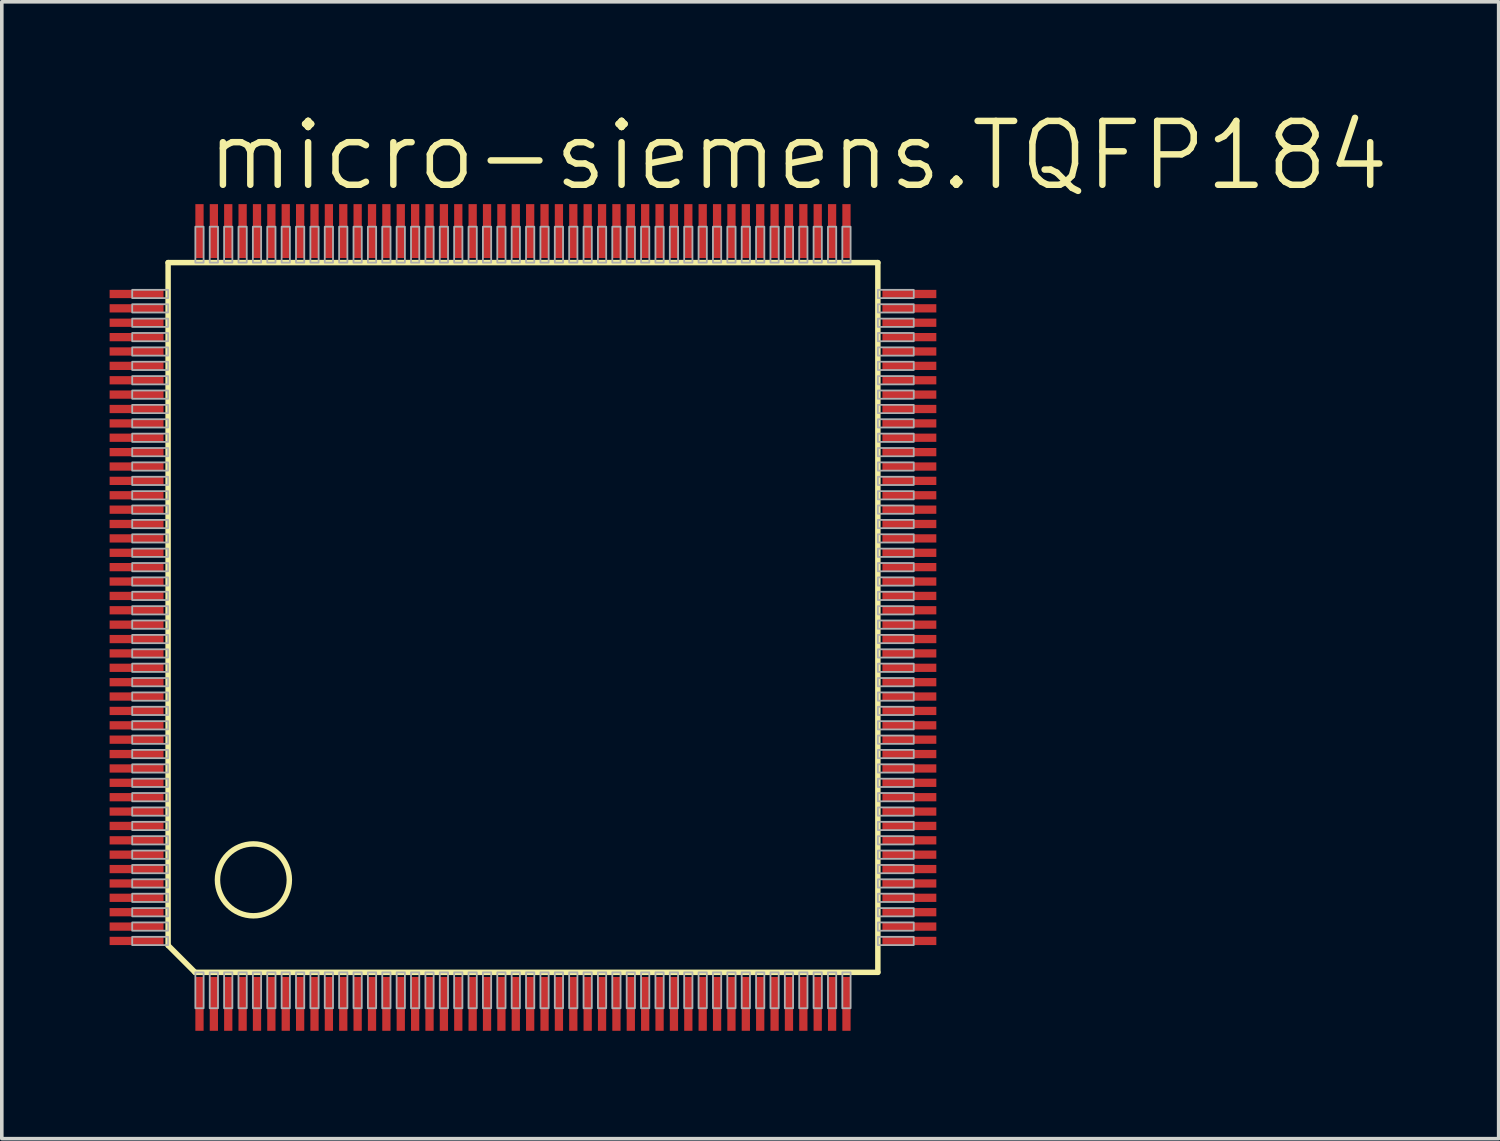
<source format=kicad_pcb>
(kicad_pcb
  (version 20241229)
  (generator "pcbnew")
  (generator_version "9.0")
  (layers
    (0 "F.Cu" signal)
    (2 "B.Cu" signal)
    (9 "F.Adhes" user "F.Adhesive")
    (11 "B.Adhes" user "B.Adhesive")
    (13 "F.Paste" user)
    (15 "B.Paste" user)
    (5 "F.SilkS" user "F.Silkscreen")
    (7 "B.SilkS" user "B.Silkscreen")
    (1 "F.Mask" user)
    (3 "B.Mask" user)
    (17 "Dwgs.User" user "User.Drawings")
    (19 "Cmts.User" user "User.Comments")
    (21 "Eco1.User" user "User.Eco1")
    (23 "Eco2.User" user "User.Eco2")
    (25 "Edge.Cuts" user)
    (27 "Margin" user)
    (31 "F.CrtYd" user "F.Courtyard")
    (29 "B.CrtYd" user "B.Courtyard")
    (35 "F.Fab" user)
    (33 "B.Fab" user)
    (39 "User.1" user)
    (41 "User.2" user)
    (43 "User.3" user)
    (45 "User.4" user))
  (footprint "micro-siemens.TQFP184"
    (layer "F.Cu")
    (at 11.5 14.129)
    (property "Reference" "micro-siemens.TQFP184" (at -8.89 -11.811 0) (layer "F.SilkS") (effects (font (size 1.778 1.778) (thickness 0.18)) (justify left bottom)))
    (attr smd)
    (fp_line (start -9.873 -9.873) (end 9.873 -9.873) (stroke (width 0.152) (type default)) (layer "F.SilkS"))
    (fp_line (start -9.873 9.123) (end -9.873 -9.873) (stroke (width 0.152) (type default)) (layer "F.SilkS"))
    (fp_line (start -9.123 9.873) (end -9.873 9.123) (stroke (width 0.152) (type default)) (layer "F.SilkS"))
    (fp_line (start 9.873 -9.873) (end 9.873 9.873) (stroke (width 0.152) (type default)) (layer "F.SilkS"))
    (fp_line (start 9.873 9.873) (end -9.123 9.873) (stroke (width 0.152) (type default)) (layer "F.SilkS"))
    (fp_circle (center -7.5 7.3) (end -6.5 7.3) (stroke (width 0.152) (type default)) (fill no) (layer "F.SilkS"))
    (fp_rect (start -10.872 -8.885) (end -9.873 -9.115) (stroke (width 0.05) (type default)) (fill no) (layer "F.Fab"))
    (fp_rect (start -10.872 -8.485) (end -9.873 -8.715) (stroke (width 0.05) (type default)) (fill no) (layer "F.Fab"))
    (fp_rect (start -10.872 -8.085) (end -9.873 -8.315) (stroke (width 0.05) (type default)) (fill no) (layer "F.Fab"))
    (fp_rect (start -10.872 -7.685) (end -9.873 -7.915) (stroke (width 0.05) (type default)) (fill no) (layer "F.Fab"))
    (fp_rect (start -10.872 -7.285) (end -9.873 -7.515) (stroke (width 0.05) (type default)) (fill no) (layer "F.Fab"))
    (fp_rect (start -10.872 -6.885) (end -9.873 -7.115) (stroke (width 0.05) (type default)) (fill no) (layer "F.Fab"))
    (fp_rect (start -10.872 -6.485) (end -9.873 -6.715) (stroke (width 0.05) (type default)) (fill no) (layer "F.Fab"))
    (fp_rect (start -10.872 -6.085) (end -9.873 -6.315) (stroke (width 0.05) (type default)) (fill no) (layer "F.Fab"))
    (fp_rect (start -10.872 -5.685) (end -9.873 -5.915) (stroke (width 0.05) (type default)) (fill no) (layer "F.Fab"))
    (fp_rect (start -10.872 -5.285) (end -9.873 -5.515) (stroke (width 0.05) (type default)) (fill no) (layer "F.Fab"))
    (fp_rect (start -10.872 -4.885) (end -9.873 -5.115) (stroke (width 0.05) (type default)) (fill no) (layer "F.Fab"))
    (fp_rect (start -10.872 -4.485) (end -9.873 -4.715) (stroke (width 0.05) (type default)) (fill no) (layer "F.Fab"))
    (fp_rect (start -10.872 -4.085) (end -9.873 -4.315) (stroke (width 0.05) (type default)) (fill no) (layer "F.Fab"))
    (fp_rect (start -10.872 -3.685) (end -9.873 -3.915) (stroke (width 0.05) (type default)) (fill no) (layer "F.Fab"))
    (fp_rect (start -10.872 -3.285) (end -9.873 -3.515) (stroke (width 0.05) (type default)) (fill no) (layer "F.Fab"))
    (fp_rect (start -10.872 -2.885) (end -9.873 -3.115) (stroke (width 0.05) (type default)) (fill no) (layer "F.Fab"))
    (fp_rect (start -10.872 -2.485) (end -9.873 -2.715) (stroke (width 0.05) (type default)) (fill no) (layer "F.Fab"))
    (fp_rect (start -10.872 -2.085) (end -9.873 -2.315) (stroke (width 0.05) (type default)) (fill no) (layer "F.Fab"))
    (fp_rect (start -10.872 -1.685) (end -9.873 -1.915) (stroke (width 0.05) (type default)) (fill no) (layer "F.Fab"))
    (fp_rect (start -10.872 -1.285) (end -9.873 -1.515) (stroke (width 0.05) (type default)) (fill no) (layer "F.Fab"))
    (fp_rect (start -10.872 -0.885) (end -9.873 -1.115) (stroke (width 0.05) (type default)) (fill no) (layer "F.Fab"))
    (fp_rect (start -10.872 -0.485) (end -9.873 -0.715) (stroke (width 0.05) (type default)) (fill no) (layer "F.Fab"))
    (fp_rect (start -10.872 -0.085) (end -9.873 -0.315) (stroke (width 0.05) (type default)) (fill no) (layer "F.Fab"))
    (fp_rect (start -10.872 0.315) (end -9.873 0.085) (stroke (width 0.05) (type default)) (fill no) (layer "F.Fab"))
    (fp_rect (start -10.872 0.715) (end -9.873 0.485) (stroke (width 0.05) (type default)) (fill no) (layer "F.Fab"))
    (fp_rect (start -10.872 1.115) (end -9.873 0.885) (stroke (width 0.05) (type default)) (fill no) (layer "F.Fab"))
    (fp_rect (start -10.872 1.515) (end -9.873 1.285) (stroke (width 0.05) (type default)) (fill no) (layer "F.Fab"))
    (fp_rect (start -10.872 1.915) (end -9.873 1.685) (stroke (width 0.05) (type default)) (fill no) (layer "F.Fab"))
    (fp_rect (start -10.872 2.315) (end -9.873 2.085) (stroke (width 0.05) (type default)) (fill no) (layer "F.Fab"))
    (fp_rect (start -10.872 2.715) (end -9.873 2.485) (stroke (width 0.05) (type default)) (fill no) (layer "F.Fab"))
    (fp_rect (start -10.872 3.115) (end -9.873 2.885) (stroke (width 0.05) (type default)) (fill no) (layer "F.Fab"))
    (fp_rect (start -10.872 3.515) (end -9.873 3.285) (stroke (width 0.05) (type default)) (fill no) (layer "F.Fab"))
    (fp_rect (start -10.872 3.915) (end -9.873 3.685) (stroke (width 0.05) (type default)) (fill no) (layer "F.Fab"))
    (fp_rect (start -10.872 4.315) (end -9.873 4.085) (stroke (width 0.05) (type default)) (fill no) (layer "F.Fab"))
    (fp_rect (start -10.872 4.715) (end -9.873 4.485) (stroke (width 0.05) (type default)) (fill no) (layer "F.Fab"))
    (fp_rect (start -10.872 5.115) (end -9.873 4.885) (stroke (width 0.05) (type default)) (fill no) (layer "F.Fab"))
    (fp_rect (start -10.872 5.515) (end -9.873 5.285) (stroke (width 0.05) (type default)) (fill no) (layer "F.Fab"))
    (fp_rect (start -10.872 5.915) (end -9.873 5.685) (stroke (width 0.05) (type default)) (fill no) (layer "F.Fab"))
    (fp_rect (start -10.872 6.315) (end -9.873 6.085) (stroke (width 0.05) (type default)) (fill no) (layer "F.Fab"))
    (fp_rect (start -10.872 6.715) (end -9.873 6.485) (stroke (width 0.05) (type default)) (fill no) (layer "F.Fab"))
    (fp_rect (start -10.872 7.115) (end -9.873 6.885) (stroke (width 0.05) (type default)) (fill no) (layer "F.Fab"))
    (fp_rect (start -10.872 7.515) (end -9.873 7.285) (stroke (width 0.05) (type default)) (fill no) (layer "F.Fab"))
    (fp_rect (start -10.872 7.915) (end -9.873 7.685) (stroke (width 0.05) (type default)) (fill no) (layer "F.Fab"))
    (fp_rect (start -10.872 8.315) (end -9.873 8.085) (stroke (width 0.05) (type default)) (fill no) (layer "F.Fab"))
    (fp_rect (start -10.872 8.715) (end -9.873 8.485) (stroke (width 0.05) (type default)) (fill no) (layer "F.Fab"))
    (fp_rect (start -10.872 9.115) (end -9.873 8.885) (stroke (width 0.05) (type default)) (fill no) (layer "F.Fab"))
    (fp_rect (start -9.115 -9.873) (end -8.885 -10.872) (stroke (width 0.05) (type default)) (fill no) (layer "F.Fab"))
    (fp_rect (start -9.115 10.872) (end -8.885 9.873) (stroke (width 0.05) (type default)) (fill no) (layer "F.Fab"))
    (fp_rect (start -8.715 -9.873) (end -8.485 -10.872) (stroke (width 0.05) (type default)) (fill no) (layer "F.Fab"))
    (fp_rect (start -8.715 10.872) (end -8.485 9.873) (stroke (width 0.05) (type default)) (fill no) (layer "F.Fab"))
    (fp_rect (start -8.315 -9.873) (end -8.085 -10.872) (stroke (width 0.05) (type default)) (fill no) (layer "F.Fab"))
    (fp_rect (start -8.315 10.872) (end -8.085 9.873) (stroke (width 0.05) (type default)) (fill no) (layer "F.Fab"))
    (fp_rect (start -7.915 -9.873) (end -7.685 -10.872) (stroke (width 0.05) (type default)) (fill no) (layer "F.Fab"))
    (fp_rect (start -7.915 10.872) (end -7.685 9.873) (stroke (width 0.05) (type default)) (fill no) (layer "F.Fab"))
    (fp_rect (start -7.515 -9.873) (end -7.285 -10.872) (stroke (width 0.05) (type default)) (fill no) (layer "F.Fab"))
    (fp_rect (start -7.515 10.872) (end -7.285 9.873) (stroke (width 0.05) (type default)) (fill no) (layer "F.Fab"))
    (fp_rect (start -7.115 -9.873) (end -6.885 -10.872) (stroke (width 0.05) (type default)) (fill no) (layer "F.Fab"))
    (fp_rect (start -7.115 10.872) (end -6.885 9.873) (stroke (width 0.05) (type default)) (fill no) (layer "F.Fab"))
    (fp_rect (start -6.715 -9.873) (end -6.485 -10.872) (stroke (width 0.05) (type default)) (fill no) (layer "F.Fab"))
    (fp_rect (start -6.715 10.872) (end -6.485 9.873) (stroke (width 0.05) (type default)) (fill no) (layer "F.Fab"))
    (fp_rect (start -6.315 -9.873) (end -6.085 -10.872) (stroke (width 0.05) (type default)) (fill no) (layer "F.Fab"))
    (fp_rect (start -6.315 10.872) (end -6.085 9.873) (stroke (width 0.05) (type default)) (fill no) (layer "F.Fab"))
    (fp_rect (start -5.915 -9.873) (end -5.685 -10.872) (stroke (width 0.05) (type default)) (fill no) (layer "F.Fab"))
    (fp_rect (start -5.915 10.872) (end -5.685 9.873) (stroke (width 0.05) (type default)) (fill no) (layer "F.Fab"))
    (fp_rect (start -5.515 -9.873) (end -5.285 -10.872) (stroke (width 0.05) (type default)) (fill no) (layer "F.Fab"))
    (fp_rect (start -5.515 10.872) (end -5.285 9.873) (stroke (width 0.05) (type default)) (fill no) (layer "F.Fab"))
    (fp_rect (start -5.115 -9.873) (end -4.885 -10.872) (stroke (width 0.05) (type default)) (fill no) (layer "F.Fab"))
    (fp_rect (start -5.115 10.872) (end -4.885 9.873) (stroke (width 0.05) (type default)) (fill no) (layer "F.Fab"))
    (fp_rect (start -4.715 -9.873) (end -4.485 -10.872) (stroke (width 0.05) (type default)) (fill no) (layer "F.Fab"))
    (fp_rect (start -4.715 10.872) (end -4.485 9.873) (stroke (width 0.05) (type default)) (fill no) (layer "F.Fab"))
    (fp_rect (start -4.315 -9.873) (end -4.085 -10.872) (stroke (width 0.05) (type default)) (fill no) (layer "F.Fab"))
    (fp_rect (start -4.315 10.872) (end -4.085 9.873) (stroke (width 0.05) (type default)) (fill no) (layer "F.Fab"))
    (fp_rect (start -3.915 -9.873) (end -3.685 -10.872) (stroke (width 0.05) (type default)) (fill no) (layer "F.Fab"))
    (fp_rect (start -3.915 10.872) (end -3.685 9.873) (stroke (width 0.05) (type default)) (fill no) (layer "F.Fab"))
    (fp_rect (start -3.515 -9.873) (end -3.285 -10.872) (stroke (width 0.05) (type default)) (fill no) (layer "F.Fab"))
    (fp_rect (start -3.515 10.872) (end -3.285 9.873) (stroke (width 0.05) (type default)) (fill no) (layer "F.Fab"))
    (fp_rect (start -3.115 -9.873) (end -2.885 -10.872) (stroke (width 0.05) (type default)) (fill no) (layer "F.Fab"))
    (fp_rect (start -3.115 10.872) (end -2.885 9.873) (stroke (width 0.05) (type default)) (fill no) (layer "F.Fab"))
    (fp_rect (start -2.715 -9.873) (end -2.485 -10.872) (stroke (width 0.05) (type default)) (fill no) (layer "F.Fab"))
    (fp_rect (start -2.715 10.872) (end -2.485 9.873) (stroke (width 0.05) (type default)) (fill no) (layer "F.Fab"))
    (fp_rect (start -2.315 -9.873) (end -2.085 -10.872) (stroke (width 0.05) (type default)) (fill no) (layer "F.Fab"))
    (fp_rect (start -2.315 10.872) (end -2.085 9.873) (stroke (width 0.05) (type default)) (fill no) (layer "F.Fab"))
    (fp_rect (start -1.915 -9.873) (end -1.685 -10.872) (stroke (width 0.05) (type default)) (fill no) (layer "F.Fab"))
    (fp_rect (start -1.915 10.872) (end -1.685 9.873) (stroke (width 0.05) (type default)) (fill no) (layer "F.Fab"))
    (fp_rect (start -1.515 -9.873) (end -1.285 -10.872) (stroke (width 0.05) (type default)) (fill no) (layer "F.Fab"))
    (fp_rect (start -1.515 10.872) (end -1.285 9.873) (stroke (width 0.05) (type default)) (fill no) (layer "F.Fab"))
    (fp_rect (start -1.115 -9.873) (end -0.885 -10.872) (stroke (width 0.05) (type default)) (fill no) (layer "F.Fab"))
    (fp_rect (start -1.115 10.872) (end -0.885 9.873) (stroke (width 0.05) (type default)) (fill no) (layer "F.Fab"))
    (fp_rect (start -0.715 -9.873) (end -0.485 -10.872) (stroke (width 0.05) (type default)) (fill no) (layer "F.Fab"))
    (fp_rect (start -0.715 10.872) (end -0.485 9.873) (stroke (width 0.05) (type default)) (fill no) (layer "F.Fab"))
    (fp_rect (start -0.315 -9.873) (end -0.085 -10.872) (stroke (width 0.05) (type default)) (fill no) (layer "F.Fab"))
    (fp_rect (start -0.315 10.872) (end -0.085 9.873) (stroke (width 0.05) (type default)) (fill no) (layer "F.Fab"))
    (fp_rect (start 0.085 -9.873) (end 0.315 -10.872) (stroke (width 0.05) (type default)) (fill no) (layer "F.Fab"))
    (fp_rect (start 0.085 10.872) (end 0.315 9.873) (stroke (width 0.05) (type default)) (fill no) (layer "F.Fab"))
    (fp_rect (start 0.485 -9.873) (end 0.715 -10.872) (stroke (width 0.05) (type default)) (fill no) (layer "F.Fab"))
    (fp_rect (start 0.485 10.872) (end 0.715 9.873) (stroke (width 0.05) (type default)) (fill no) (layer "F.Fab"))
    (fp_rect (start 0.885 -9.873) (end 1.115 -10.872) (stroke (width 0.05) (type default)) (fill no) (layer "F.Fab"))
    (fp_rect (start 0.885 10.872) (end 1.115 9.873) (stroke (width 0.05) (type default)) (fill no) (layer "F.Fab"))
    (fp_rect (start 1.285 -9.873) (end 1.515 -10.872) (stroke (width 0.05) (type default)) (fill no) (layer "F.Fab"))
    (fp_rect (start 1.285 10.872) (end 1.515 9.873) (stroke (width 0.05) (type default)) (fill no) (layer "F.Fab"))
    (fp_rect (start 1.685 -9.873) (end 1.915 -10.872) (stroke (width 0.05) (type default)) (fill no) (layer "F.Fab"))
    (fp_rect (start 1.685 10.872) (end 1.915 9.873) (stroke (width 0.05) (type default)) (fill no) (layer "F.Fab"))
    (fp_rect (start 2.085 -9.873) (end 2.315 -10.872) (stroke (width 0.05) (type default)) (fill no) (layer "F.Fab"))
    (fp_rect (start 2.085 10.872) (end 2.315 9.873) (stroke (width 0.05) (type default)) (fill no) (layer "F.Fab"))
    (fp_rect (start 2.485 -9.873) (end 2.715 -10.872) (stroke (width 0.05) (type default)) (fill no) (layer "F.Fab"))
    (fp_rect (start 2.485 10.872) (end 2.715 9.873) (stroke (width 0.05) (type default)) (fill no) (layer "F.Fab"))
    (fp_rect (start 2.885 -9.873) (end 3.115 -10.872) (stroke (width 0.05) (type default)) (fill no) (layer "F.Fab"))
    (fp_rect (start 2.885 10.872) (end 3.115 9.873) (stroke (width 0.05) (type default)) (fill no) (layer "F.Fab"))
    (fp_rect (start 3.285 -9.873) (end 3.515 -10.872) (stroke (width 0.05) (type default)) (fill no) (layer "F.Fab"))
    (fp_rect (start 3.285 10.872) (end 3.515 9.873) (stroke (width 0.05) (type default)) (fill no) (layer "F.Fab"))
    (fp_rect (start 3.685 -9.873) (end 3.915 -10.872) (stroke (width 0.05) (type default)) (fill no) (layer "F.Fab"))
    (fp_rect (start 3.685 10.872) (end 3.915 9.873) (stroke (width 0.05) (type default)) (fill no) (layer "F.Fab"))
    (fp_rect (start 4.085 -9.873) (end 4.315 -10.872) (stroke (width 0.05) (type default)) (fill no) (layer "F.Fab"))
    (fp_rect (start 4.085 10.872) (end 4.315 9.873) (stroke (width 0.05) (type default)) (fill no) (layer "F.Fab"))
    (fp_rect (start 4.485 -9.873) (end 4.715 -10.872) (stroke (width 0.05) (type default)) (fill no) (layer "F.Fab"))
    (fp_rect (start 4.485 10.872) (end 4.715 9.873) (stroke (width 0.05) (type default)) (fill no) (layer "F.Fab"))
    (fp_rect (start 4.885 -9.873) (end 5.115 -10.872) (stroke (width 0.05) (type default)) (fill no) (layer "F.Fab"))
    (fp_rect (start 4.885 10.872) (end 5.115 9.873) (stroke (width 0.05) (type default)) (fill no) (layer "F.Fab"))
    (fp_rect (start 5.285 -9.873) (end 5.515 -10.872) (stroke (width 0.05) (type default)) (fill no) (layer "F.Fab"))
    (fp_rect (start 5.285 10.872) (end 5.515 9.873) (stroke (width 0.05) (type default)) (fill no) (layer "F.Fab"))
    (fp_rect (start 5.685 -9.873) (end 5.915 -10.872) (stroke (width 0.05) (type default)) (fill no) (layer "F.Fab"))
    (fp_rect (start 5.685 10.872) (end 5.915 9.873) (stroke (width 0.05) (type default)) (fill no) (layer "F.Fab"))
    (fp_rect (start 6.085 -9.873) (end 6.315 -10.872) (stroke (width 0.05) (type default)) (fill no) (layer "F.Fab"))
    (fp_rect (start 6.085 10.872) (end 6.315 9.873) (stroke (width 0.05) (type default)) (fill no) (layer "F.Fab"))
    (fp_rect (start 6.485 -9.873) (end 6.715 -10.872) (stroke (width 0.05) (type default)) (fill no) (layer "F.Fab"))
    (fp_rect (start 6.485 10.872) (end 6.715 9.873) (stroke (width 0.05) (type default)) (fill no) (layer "F.Fab"))
    (fp_rect (start 6.885 -9.873) (end 7.115 -10.872) (stroke (width 0.05) (type default)) (fill no) (layer "F.Fab"))
    (fp_rect (start 6.885 10.872) (end 7.115 9.873) (stroke (width 0.05) (type default)) (fill no) (layer "F.Fab"))
    (fp_rect (start 7.285 -9.873) (end 7.515 -10.872) (stroke (width 0.05) (type default)) (fill no) (layer "F.Fab"))
    (fp_rect (start 7.285 10.872) (end 7.515 9.873) (stroke (width 0.05) (type default)) (fill no) (layer "F.Fab"))
    (fp_rect (start 7.685 -9.873) (end 7.915 -10.872) (stroke (width 0.05) (type default)) (fill no) (layer "F.Fab"))
    (fp_rect (start 7.685 10.872) (end 7.915 9.873) (stroke (width 0.05) (type default)) (fill no) (layer "F.Fab"))
    (fp_rect (start 8.085 -9.873) (end 8.315 -10.872) (stroke (width 0.05) (type default)) (fill no) (layer "F.Fab"))
    (fp_rect (start 8.085 10.872) (end 8.315 9.873) (stroke (width 0.05) (type default)) (fill no) (layer "F.Fab"))
    (fp_rect (start 8.485 -9.873) (end 8.715 -10.872) (stroke (width 0.05) (type default)) (fill no) (layer "F.Fab"))
    (fp_rect (start 8.485 10.872) (end 8.715 9.873) (stroke (width 0.05) (type default)) (fill no) (layer "F.Fab"))
    (fp_rect (start 8.885 -9.873) (end 9.115 -10.872) (stroke (width 0.05) (type default)) (fill no) (layer "F.Fab"))
    (fp_rect (start 8.885 10.872) (end 9.115 9.873) (stroke (width 0.05) (type default)) (fill no) (layer "F.Fab"))
    (fp_rect (start 9.873 -8.885) (end 10.872 -9.115) (stroke (width 0.05) (type default)) (fill no) (layer "F.Fab"))
    (fp_rect (start 9.873 -8.485) (end 10.872 -8.715) (stroke (width 0.05) (type default)) (fill no) (layer "F.Fab"))
    (fp_rect (start 9.873 -8.085) (end 10.872 -8.315) (stroke (width 0.05) (type default)) (fill no) (layer "F.Fab"))
    (fp_rect (start 9.873 -7.685) (end 10.872 -7.915) (stroke (width 0.05) (type default)) (fill no) (layer "F.Fab"))
    (fp_rect (start 9.873 -7.285) (end 10.872 -7.515) (stroke (width 0.05) (type default)) (fill no) (layer "F.Fab"))
    (fp_rect (start 9.873 -6.885) (end 10.872 -7.115) (stroke (width 0.05) (type default)) (fill no) (layer "F.Fab"))
    (fp_rect (start 9.873 -6.485) (end 10.872 -6.715) (stroke (width 0.05) (type default)) (fill no) (layer "F.Fab"))
    (fp_rect (start 9.873 -6.085) (end 10.872 -6.315) (stroke (width 0.05) (type default)) (fill no) (layer "F.Fab"))
    (fp_rect (start 9.873 -5.685) (end 10.872 -5.915) (stroke (width 0.05) (type default)) (fill no) (layer "F.Fab"))
    (fp_rect (start 9.873 -5.285) (end 10.872 -5.515) (stroke (width 0.05) (type default)) (fill no) (layer "F.Fab"))
    (fp_rect (start 9.873 -4.885) (end 10.872 -5.115) (stroke (width 0.05) (type default)) (fill no) (layer "F.Fab"))
    (fp_rect (start 9.873 -4.485) (end 10.872 -4.715) (stroke (width 0.05) (type default)) (fill no) (layer "F.Fab"))
    (fp_rect (start 9.873 -4.085) (end 10.872 -4.315) (stroke (width 0.05) (type default)) (fill no) (layer "F.Fab"))
    (fp_rect (start 9.873 -3.685) (end 10.872 -3.915) (stroke (width 0.05) (type default)) (fill no) (layer "F.Fab"))
    (fp_rect (start 9.873 -3.285) (end 10.872 -3.515) (stroke (width 0.05) (type default)) (fill no) (layer "F.Fab"))
    (fp_rect (start 9.873 -2.885) (end 10.872 -3.115) (stroke (width 0.05) (type default)) (fill no) (layer "F.Fab"))
    (fp_rect (start 9.873 -2.485) (end 10.872 -2.715) (stroke (width 0.05) (type default)) (fill no) (layer "F.Fab"))
    (fp_rect (start 9.873 -2.085) (end 10.872 -2.315) (stroke (width 0.05) (type default)) (fill no) (layer "F.Fab"))
    (fp_rect (start 9.873 -1.685) (end 10.872 -1.915) (stroke (width 0.05) (type default)) (fill no) (layer "F.Fab"))
    (fp_rect (start 9.873 -1.285) (end 10.872 -1.515) (stroke (width 0.05) (type default)) (fill no) (layer "F.Fab"))
    (fp_rect (start 9.873 -0.885) (end 10.872 -1.115) (stroke (width 0.05) (type default)) (fill no) (layer "F.Fab"))
    (fp_rect (start 9.873 -0.485) (end 10.872 -0.715) (stroke (width 0.05) (type default)) (fill no) (layer "F.Fab"))
    (fp_rect (start 9.873 -0.085) (end 10.872 -0.315) (stroke (width 0.05) (type default)) (fill no) (layer "F.Fab"))
    (fp_rect (start 9.873 0.315) (end 10.872 0.085) (stroke (width 0.05) (type default)) (fill no) (layer "F.Fab"))
    (fp_rect (start 9.873 0.715) (end 10.872 0.485) (stroke (width 0.05) (type default)) (fill no) (layer "F.Fab"))
    (fp_rect (start 9.873 1.115) (end 10.872 0.885) (stroke (width 0.05) (type default)) (fill no) (layer "F.Fab"))
    (fp_rect (start 9.873 1.515) (end 10.872 1.285) (stroke (width 0.05) (type default)) (fill no) (layer "F.Fab"))
    (fp_rect (start 9.873 1.915) (end 10.872 1.685) (stroke (width 0.05) (type default)) (fill no) (layer "F.Fab"))
    (fp_rect (start 9.873 2.315) (end 10.872 2.085) (stroke (width 0.05) (type default)) (fill no) (layer "F.Fab"))
    (fp_rect (start 9.873 2.715) (end 10.872 2.485) (stroke (width 0.05) (type default)) (fill no) (layer "F.Fab"))
    (fp_rect (start 9.873 3.115) (end 10.872 2.885) (stroke (width 0.05) (type default)) (fill no) (layer "F.Fab"))
    (fp_rect (start 9.873 3.515) (end 10.872 3.285) (stroke (width 0.05) (type default)) (fill no) (layer "F.Fab"))
    (fp_rect (start 9.873 3.915) (end 10.872 3.685) (stroke (width 0.05) (type default)) (fill no) (layer "F.Fab"))
    (fp_rect (start 9.873 4.315) (end 10.872 4.085) (stroke (width 0.05) (type default)) (fill no) (layer "F.Fab"))
    (fp_rect (start 9.873 4.715) (end 10.872 4.485) (stroke (width 0.05) (type default)) (fill no) (layer "F.Fab"))
    (fp_rect (start 9.873 5.115) (end 10.872 4.885) (stroke (width 0.05) (type default)) (fill no) (layer "F.Fab"))
    (fp_rect (start 9.873 5.515) (end 10.872 5.285) (stroke (width 0.05) (type default)) (fill no) (layer "F.Fab"))
    (fp_rect (start 9.873 5.915) (end 10.872 5.685) (stroke (width 0.05) (type default)) (fill no) (layer "F.Fab"))
    (fp_rect (start 9.873 6.315) (end 10.872 6.085) (stroke (width 0.05) (type default)) (fill no) (layer "F.Fab"))
    (fp_rect (start 9.873 6.715) (end 10.872 6.485) (stroke (width 0.05) (type default)) (fill no) (layer "F.Fab"))
    (fp_rect (start 9.873 7.115) (end 10.872 6.885) (stroke (width 0.05) (type default)) (fill no) (layer "F.Fab"))
    (fp_rect (start 9.873 7.515) (end 10.872 7.285) (stroke (width 0.05) (type default)) (fill no) (layer "F.Fab"))
    (fp_rect (start 9.873 7.915) (end 10.872 7.685) (stroke (width 0.05) (type default)) (fill no) (layer "F.Fab"))
    (fp_rect (start 9.873 8.315) (end 10.872 8.085) (stroke (width 0.05) (type default)) (fill no) (layer "F.Fab"))
    (fp_rect (start 9.873 8.715) (end 10.872 8.485) (stroke (width 0.05) (type default)) (fill no) (layer "F.Fab"))
    (fp_rect (start 9.873 9.115) (end 10.872 8.885) (stroke (width 0.05) (type default)) (fill no) (layer "F.Fab"))
    (pad "1" smd roundrect (at -9 10.75) (size 0.23 1.5) (layers "F.Cu" "F.Mask" "F.Paste") (roundrect_rratio 0.01))
    (pad "2" smd roundrect (at -8.6 10.75) (size 0.23 1.5) (layers "F.Cu" "F.Mask" "F.Paste") (roundrect_rratio 0.01))
    (pad "3" smd roundrect (at -8.2 10.75) (size 0.23 1.5) (layers "F.Cu" "F.Mask" "F.Paste") (roundrect_rratio 0.01))
    (pad "4" smd roundrect (at -7.8 10.75) (size 0.23 1.5) (layers "F.Cu" "F.Mask" "F.Paste") (roundrect_rratio 0.01))
    (pad "5" smd roundrect (at -7.4 10.75) (size 0.23 1.5) (layers "F.Cu" "F.Mask" "F.Paste") (roundrect_rratio 0.01))
    (pad "6" smd roundrect (at -7 10.75) (size 0.23 1.5) (layers "F.Cu" "F.Mask" "F.Paste") (roundrect_rratio 0.01))
    (pad "7" smd roundrect (at -6.6 10.75) (size 0.23 1.5) (layers "F.Cu" "F.Mask" "F.Paste") (roundrect_rratio 0.01))
    (pad "8" smd roundrect (at -6.2 10.75) (size 0.23 1.5) (layers "F.Cu" "F.Mask" "F.Paste") (roundrect_rratio 0.01))
    (pad "9" smd roundrect (at -5.8 10.75) (size 0.23 1.5) (layers "F.Cu" "F.Mask" "F.Paste") (roundrect_rratio 0.01))
    (pad "10" smd roundrect (at -5.4 10.75) (size 0.23 1.5) (layers "F.Cu" "F.Mask" "F.Paste") (roundrect_rratio 0.01))
    (pad "11" smd roundrect (at -5 10.75) (size 0.23 1.5) (layers "F.Cu" "F.Mask" "F.Paste") (roundrect_rratio 0.01))
    (pad "12" smd roundrect (at -4.6 10.75) (size 0.23 1.5) (layers "F.Cu" "F.Mask" "F.Paste") (roundrect_rratio 0.01))
    (pad "13" smd roundrect (at -4.2 10.75) (size 0.23 1.5) (layers "F.Cu" "F.Mask" "F.Paste") (roundrect_rratio 0.01))
    (pad "14" smd roundrect (at -3.8 10.75) (size 0.23 1.5) (layers "F.Cu" "F.Mask" "F.Paste") (roundrect_rratio 0.01))
    (pad "15" smd roundrect (at -3.4 10.75) (size 0.23 1.5) (layers "F.Cu" "F.Mask" "F.Paste") (roundrect_rratio 0.01))
    (pad "16" smd roundrect (at -3 10.75) (size 0.23 1.5) (layers "F.Cu" "F.Mask" "F.Paste") (roundrect_rratio 0.01))
    (pad "17" smd roundrect (at -2.6 10.75) (size 0.23 1.5) (layers "F.Cu" "F.Mask" "F.Paste") (roundrect_rratio 0.01))
    (pad "18" smd roundrect (at -2.2 10.75) (size 0.23 1.5) (layers "F.Cu" "F.Mask" "F.Paste") (roundrect_rratio 0.01))
    (pad "19" smd roundrect (at -1.8 10.75) (size 0.23 1.5) (layers "F.Cu" "F.Mask" "F.Paste") (roundrect_rratio 0.01))
    (pad "20" smd roundrect (at -1.4 10.75) (size 0.23 1.5) (layers "F.Cu" "F.Mask" "F.Paste") (roundrect_rratio 0.01))
    (pad "21" smd roundrect (at -1 10.75) (size 0.23 1.5) (layers "F.Cu" "F.Mask" "F.Paste") (roundrect_rratio 0.01))
    (pad "22" smd roundrect (at -0.6 10.75) (size 0.23 1.5) (layers "F.Cu" "F.Mask" "F.Paste") (roundrect_rratio 0.01))
    (pad "23" smd roundrect (at -0.2 10.75) (size 0.23 1.5) (layers "F.Cu" "F.Mask" "F.Paste") (roundrect_rratio 0.01))
    (pad "24" smd roundrect (at 0.2 10.75) (size 0.23 1.5) (layers "F.Cu" "F.Mask" "F.Paste") (roundrect_rratio 0.01))
    (pad "25" smd roundrect (at 0.6 10.75) (size 0.23 1.5) (layers "F.Cu" "F.Mask" "F.Paste") (roundrect_rratio 0.01))
    (pad "26" smd roundrect (at 1 10.75) (size 0.23 1.5) (layers "F.Cu" "F.Mask" "F.Paste") (roundrect_rratio 0.01))
    (pad "27" smd roundrect (at 1.4 10.75) (size 0.23 1.5) (layers "F.Cu" "F.Mask" "F.Paste") (roundrect_rratio 0.01))
    (pad "28" smd roundrect (at 1.8 10.75) (size 0.23 1.5) (layers "F.Cu" "F.Mask" "F.Paste") (roundrect_rratio 0.01))
    (pad "29" smd roundrect (at 2.2 10.75) (size 0.23 1.5) (layers "F.Cu" "F.Mask" "F.Paste") (roundrect_rratio 0.01))
    (pad "30" smd roundrect (at 2.6 10.75) (size 0.23 1.5) (layers "F.Cu" "F.Mask" "F.Paste") (roundrect_rratio 0.01))
    (pad "31" smd roundrect (at 3 10.75) (size 0.23 1.5) (layers "F.Cu" "F.Mask" "F.Paste") (roundrect_rratio 0.01))
    (pad "32" smd roundrect (at 3.4 10.75) (size 0.23 1.5) (layers "F.Cu" "F.Mask" "F.Paste") (roundrect_rratio 0.01))
    (pad "33" smd roundrect (at 3.8 10.75) (size 0.23 1.5) (layers "F.Cu" "F.Mask" "F.Paste") (roundrect_rratio 0.01))
    (pad "34" smd roundrect (at 4.2 10.75) (size 0.23 1.5) (layers "F.Cu" "F.Mask" "F.Paste") (roundrect_rratio 0.01))
    (pad "35" smd roundrect (at 4.6 10.75) (size 0.23 1.5) (layers "F.Cu" "F.Mask" "F.Paste") (roundrect_rratio 0.01))
    (pad "36" smd roundrect (at 5 10.75) (size 0.23 1.5) (layers "F.Cu" "F.Mask" "F.Paste") (roundrect_rratio 0.01))
    (pad "37" smd roundrect (at 5.4 10.75) (size 0.23 1.5) (layers "F.Cu" "F.Mask" "F.Paste") (roundrect_rratio 0.01))
    (pad "38" smd roundrect (at 5.8 10.75) (size 0.23 1.5) (layers "F.Cu" "F.Mask" "F.Paste") (roundrect_rratio 0.01))
    (pad "39" smd roundrect (at 6.2 10.75) (size 0.23 1.5) (layers "F.Cu" "F.Mask" "F.Paste") (roundrect_rratio 0.01))
    (pad "40" smd roundrect (at 6.6 10.75) (size 0.23 1.5) (layers "F.Cu" "F.Mask" "F.Paste") (roundrect_rratio 0.01))
    (pad "41" smd roundrect (at 7 10.75) (size 0.23 1.5) (layers "F.Cu" "F.Mask" "F.Paste") (roundrect_rratio 0.01))
    (pad "42" smd roundrect (at 7.4 10.75) (size 0.23 1.5) (layers "F.Cu" "F.Mask" "F.Paste") (roundrect_rratio 0.01))
    (pad "43" smd roundrect (at 7.8 10.75) (size 0.23 1.5) (layers "F.Cu" "F.Mask" "F.Paste") (roundrect_rratio 0.01))
    (pad "44" smd roundrect (at 8.2 10.75) (size 0.23 1.5) (layers "F.Cu" "F.Mask" "F.Paste") (roundrect_rratio 0.01))
    (pad "45" smd roundrect (at 8.6 10.75) (size 0.23 1.5) (layers "F.Cu" "F.Mask" "F.Paste") (roundrect_rratio 0.01))
    (pad "46" smd roundrect (at 9 10.75) (size 0.23 1.5) (layers "F.Cu" "F.Mask" "F.Paste") (roundrect_rratio 0.01))
    (pad "47" smd roundrect (at 10.75 9) (size 1.5 0.23) (layers "F.Cu" "F.Mask" "F.Paste") (roundrect_rratio 0.01))
    (pad "48" smd roundrect (at 10.75 8.6) (size 1.5 0.23) (layers "F.Cu" "F.Mask" "F.Paste") (roundrect_rratio 0.01))
    (pad "49" smd roundrect (at 10.75 8.2) (size 1.5 0.23) (layers "F.Cu" "F.Mask" "F.Paste") (roundrect_rratio 0.01))
    (pad "50" smd roundrect (at 10.75 7.8) (size 1.5 0.23) (layers "F.Cu" "F.Mask" "F.Paste") (roundrect_rratio 0.01))
    (pad "51" smd roundrect (at 10.75 7.4) (size 1.5 0.23) (layers "F.Cu" "F.Mask" "F.Paste") (roundrect_rratio 0.01))
    (pad "52" smd roundrect (at 10.75 7) (size 1.5 0.23) (layers "F.Cu" "F.Mask" "F.Paste") (roundrect_rratio 0.01))
    (pad "53" smd roundrect (at 10.75 6.6) (size 1.5 0.23) (layers "F.Cu" "F.Mask" "F.Paste") (roundrect_rratio 0.01))
    (pad "54" smd roundrect (at 10.75 6.2) (size 1.5 0.23) (layers "F.Cu" "F.Mask" "F.Paste") (roundrect_rratio 0.01))
    (pad "55" smd roundrect (at 10.75 5.8) (size 1.5 0.23) (layers "F.Cu" "F.Mask" "F.Paste") (roundrect_rratio 0.01))
    (pad "56" smd roundrect (at 10.75 5.4) (size 1.5 0.23) (layers "F.Cu" "F.Mask" "F.Paste") (roundrect_rratio 0.01))
    (pad "57" smd roundrect (at 10.75 5) (size 1.5 0.23) (layers "F.Cu" "F.Mask" "F.Paste") (roundrect_rratio 0.01))
    (pad "58" smd roundrect (at 10.75 4.6) (size 1.5 0.23) (layers "F.Cu" "F.Mask" "F.Paste") (roundrect_rratio 0.01))
    (pad "59" smd roundrect (at 10.75 4.2) (size 1.5 0.23) (layers "F.Cu" "F.Mask" "F.Paste") (roundrect_rratio 0.01))
    (pad "60" smd roundrect (at 10.75 3.8) (size 1.5 0.23) (layers "F.Cu" "F.Mask" "F.Paste") (roundrect_rratio 0.01))
    (pad "61" smd roundrect (at 10.75 3.4) (size 1.5 0.23) (layers "F.Cu" "F.Mask" "F.Paste") (roundrect_rratio 0.01))
    (pad "62" smd roundrect (at 10.75 3) (size 1.5 0.23) (layers "F.Cu" "F.Mask" "F.Paste") (roundrect_rratio 0.01))
    (pad "63" smd roundrect (at 10.75 2.6) (size 1.5 0.23) (layers "F.Cu" "F.Mask" "F.Paste") (roundrect_rratio 0.01))
    (pad "64" smd roundrect (at 10.75 2.2) (size 1.5 0.23) (layers "F.Cu" "F.Mask" "F.Paste") (roundrect_rratio 0.01))
    (pad "65" smd roundrect (at 10.75 1.8) (size 1.5 0.23) (layers "F.Cu" "F.Mask" "F.Paste") (roundrect_rratio 0.01))
    (pad "66" smd roundrect (at 10.75 1.4) (size 1.5 0.23) (layers "F.Cu" "F.Mask" "F.Paste") (roundrect_rratio 0.01))
    (pad "67" smd roundrect (at 10.75 1) (size 1.5 0.23) (layers "F.Cu" "F.Mask" "F.Paste") (roundrect_rratio 0.01))
    (pad "68" smd roundrect (at 10.75 0.6) (size 1.5 0.23) (layers "F.Cu" "F.Mask" "F.Paste") (roundrect_rratio 0.01))
    (pad "69" smd roundrect (at 10.75 0.2) (size 1.5 0.23) (layers "F.Cu" "F.Mask" "F.Paste") (roundrect_rratio 0.01))
    (pad "70" smd roundrect (at 10.75 -0.2) (size 1.5 0.23) (layers "F.Cu" "F.Mask" "F.Paste") (roundrect_rratio 0.01))
    (pad "71" smd roundrect (at 10.75 -0.6) (size 1.5 0.23) (layers "F.Cu" "F.Mask" "F.Paste") (roundrect_rratio 0.01))
    (pad "72" smd roundrect (at 10.75 -1) (size 1.5 0.23) (layers "F.Cu" "F.Mask" "F.Paste") (roundrect_rratio 0.01))
    (pad "73" smd roundrect (at 10.75 -1.8) (size 1.5 0.23) (layers "F.Cu" "F.Mask" "F.Paste") (roundrect_rratio 0.01))
    (pad "74" smd roundrect (at 10.75 -1.4) (size 1.5 0.23) (layers "F.Cu" "F.Mask" "F.Paste") (roundrect_rratio 0.01))
    (pad "75" smd roundrect (at 10.75 -2.2) (size 1.5 0.23) (layers "F.Cu" "F.Mask" "F.Paste") (roundrect_rratio 0.01))
    (pad "76" smd roundrect (at 10.75 -2.6) (size 1.5 0.23) (layers "F.Cu" "F.Mask" "F.Paste") (roundrect_rratio 0.01))
    (pad "77" smd roundrect (at 10.75 -3) (size 1.5 0.23) (layers "F.Cu" "F.Mask" "F.Paste") (roundrect_rratio 0.01))
    (pad "78" smd roundrect (at 10.75 -3.4) (size 1.5 0.23) (layers "F.Cu" "F.Mask" "F.Paste") (roundrect_rratio 0.01))
    (pad "79" smd roundrect (at 10.75 -3.8) (size 1.5 0.23) (layers "F.Cu" "F.Mask" "F.Paste") (roundrect_rratio 0.01))
    (pad "80" smd roundrect (at 10.75 -4.2) (size 1.5 0.23) (layers "F.Cu" "F.Mask" "F.Paste") (roundrect_rratio 0.01))
    (pad "81" smd roundrect (at 10.75 -4.6) (size 1.5 0.23) (layers "F.Cu" "F.Mask" "F.Paste") (roundrect_rratio 0.01))
    (pad "82" smd roundrect (at 10.75 -5) (size 1.5 0.23) (layers "F.Cu" "F.Mask" "F.Paste") (roundrect_rratio 0.01))
    (pad "83" smd roundrect (at 10.75 -5.4) (size 1.5 0.23) (layers "F.Cu" "F.Mask" "F.Paste") (roundrect_rratio 0.01))
    (pad "84" smd roundrect (at 10.75 -5.8) (size 1.5 0.23) (layers "F.Cu" "F.Mask" "F.Paste") (roundrect_rratio 0.01))
    (pad "85" smd roundrect (at 10.75 -6.2) (size 1.5 0.23) (layers "F.Cu" "F.Mask" "F.Paste") (roundrect_rratio 0.01))
    (pad "86" smd roundrect (at 10.75 -6.6) (size 1.5 0.23) (layers "F.Cu" "F.Mask" "F.Paste") (roundrect_rratio 0.01))
    (pad "87" smd roundrect (at 10.75 -7) (size 1.5 0.23) (layers "F.Cu" "F.Mask" "F.Paste") (roundrect_rratio 0.01))
    (pad "88" smd roundrect (at 10.75 -7.4) (size 1.5 0.23) (layers "F.Cu" "F.Mask" "F.Paste") (roundrect_rratio 0.01))
    (pad "89" smd roundrect (at 10.75 -7.8) (size 1.5 0.23) (layers "F.Cu" "F.Mask" "F.Paste") (roundrect_rratio 0.01))
    (pad "90" smd roundrect (at 10.75 -8.2) (size 1.5 0.23) (layers "F.Cu" "F.Mask" "F.Paste") (roundrect_rratio 0.01))
    (pad "91" smd roundrect (at 10.75 -8.6) (size 1.5 0.23) (layers "F.Cu" "F.Mask" "F.Paste") (roundrect_rratio 0.01))
    (pad "92" smd roundrect (at 10.75 -9) (size 1.5 0.23) (layers "F.Cu" "F.Mask" "F.Paste") (roundrect_rratio 0.01))
    (pad "93" smd roundrect (at 9 -10.75) (size 0.23 1.5) (layers "F.Cu" "F.Mask" "F.Paste") (roundrect_rratio 0.01))
    (pad "94" smd roundrect (at 8.6 -10.75) (size 0.23 1.5) (layers "F.Cu" "F.Mask" "F.Paste") (roundrect_rratio 0.01))
    (pad "95" smd roundrect (at 8.2 -10.75) (size 0.23 1.5) (layers "F.Cu" "F.Mask" "F.Paste") (roundrect_rratio 0.01))
    (pad "96" smd roundrect (at 7.8 -10.75) (size 0.23 1.5) (layers "F.Cu" "F.Mask" "F.Paste") (roundrect_rratio 0.01))
    (pad "97" smd roundrect (at 7.4 -10.75) (size 0.23 1.5) (layers "F.Cu" "F.Mask" "F.Paste") (roundrect_rratio 0.01))
    (pad "98" smd roundrect (at 7 -10.75) (size 0.23 1.5) (layers "F.Cu" "F.Mask" "F.Paste") (roundrect_rratio 0.01))
    (pad "99" smd roundrect (at 6.6 -10.75) (size 0.23 1.5) (layers "F.Cu" "F.Mask" "F.Paste") (roundrect_rratio 0.01))
    (pad "100" smd roundrect (at 6.2 -10.75) (size 0.23 1.5) (layers "F.Cu" "F.Mask" "F.Paste") (roundrect_rratio 0.01))
    (pad "101" smd roundrect (at 5.8 -10.75) (size 0.23 1.5) (layers "F.Cu" "F.Mask" "F.Paste") (roundrect_rratio 0.01))
    (pad "102" smd roundrect (at 5.4 -10.75) (size 0.23 1.5) (layers "F.Cu" "F.Mask" "F.Paste") (roundrect_rratio 0.01))
    (pad "103" smd roundrect (at 5 -10.75) (size 0.23 1.5) (layers "F.Cu" "F.Mask" "F.Paste") (roundrect_rratio 0.01))
    (pad "104" smd roundrect (at 4.6 -10.75) (size 0.23 1.5) (layers "F.Cu" "F.Mask" "F.Paste") (roundrect_rratio 0.01))
    (pad "105" smd roundrect (at 4.2 -10.75) (size 0.23 1.5) (layers "F.Cu" "F.Mask" "F.Paste") (roundrect_rratio 0.01))
    (pad "106" smd roundrect (at 3.8 -10.75) (size 0.23 1.5) (layers "F.Cu" "F.Mask" "F.Paste") (roundrect_rratio 0.01))
    (pad "107" smd roundrect (at 3.4 -10.75) (size 0.23 1.5) (layers "F.Cu" "F.Mask" "F.Paste") (roundrect_rratio 0.01))
    (pad "108" smd roundrect (at 3 -10.75) (size 0.23 1.5) (layers "F.Cu" "F.Mask" "F.Paste") (roundrect_rratio 0.01))
    (pad "109" smd roundrect (at 2.6 -10.75) (size 0.23 1.5) (layers "F.Cu" "F.Mask" "F.Paste") (roundrect_rratio 0.01))
    (pad "110" smd roundrect (at 2.2 -10.75) (size 0.23 1.5) (layers "F.Cu" "F.Mask" "F.Paste") (roundrect_rratio 0.01))
    (pad "111" smd roundrect (at 1.8 -10.75) (size 0.23 1.5) (layers "F.Cu" "F.Mask" "F.Paste") (roundrect_rratio 0.01))
    (pad "112" smd roundrect (at 1.4 -10.75) (size 0.23 1.5) (layers "F.Cu" "F.Mask" "F.Paste") (roundrect_rratio 0.01))
    (pad "113" smd roundrect (at 1 -10.75) (size 0.23 1.5) (layers "F.Cu" "F.Mask" "F.Paste") (roundrect_rratio 0.01))
    (pad "114" smd roundrect (at 0.6 -10.75) (size 0.23 1.5) (layers "F.Cu" "F.Mask" "F.Paste") (roundrect_rratio 0.01))
    (pad "115" smd roundrect (at 0.2 -10.75) (size 0.23 1.5) (layers "F.Cu" "F.Mask" "F.Paste") (roundrect_rratio 0.01))
    (pad "116" smd roundrect (at -0.2 -10.75) (size 0.23 1.5) (layers "F.Cu" "F.Mask" "F.Paste") (roundrect_rratio 0.01))
    (pad "117" smd roundrect (at -0.6 -10.75) (size 0.23 1.5) (layers "F.Cu" "F.Mask" "F.Paste") (roundrect_rratio 0.01))
    (pad "118" smd roundrect (at -1 -10.75) (size 0.23 1.5) (layers "F.Cu" "F.Mask" "F.Paste") (roundrect_rratio 0.01))
    (pad "119" smd roundrect (at -1.8 -10.75) (size 0.23 1.5) (layers "F.Cu" "F.Mask" "F.Paste") (roundrect_rratio 0.01))
    (pad "120" smd roundrect (at -1.4 -10.75) (size 0.23 1.5) (layers "F.Cu" "F.Mask" "F.Paste") (roundrect_rratio 0.01))
    (pad "121" smd roundrect (at -2.2 -10.75) (size 0.23 1.5) (layers "F.Cu" "F.Mask" "F.Paste") (roundrect_rratio 0.01))
    (pad "122" smd roundrect (at -2.6 -10.75) (size 0.23 1.5) (layers "F.Cu" "F.Mask" "F.Paste") (roundrect_rratio 0.01))
    (pad "123" smd roundrect (at -3 -10.75) (size 0.23 1.5) (layers "F.Cu" "F.Mask" "F.Paste") (roundrect_rratio 0.01))
    (pad "124" smd roundrect (at -3.4 -10.75) (size 0.23 1.5) (layers "F.Cu" "F.Mask" "F.Paste") (roundrect_rratio 0.01))
    (pad "125" smd roundrect (at -3.8 -10.75) (size 0.23 1.5) (layers "F.Cu" "F.Mask" "F.Paste") (roundrect_rratio 0.01))
    (pad "126" smd roundrect (at -4.2 -10.75) (size 0.23 1.5) (layers "F.Cu" "F.Mask" "F.Paste") (roundrect_rratio 0.01))
    (pad "127" smd roundrect (at -4.6 -10.75) (size 0.23 1.5) (layers "F.Cu" "F.Mask" "F.Paste") (roundrect_rratio 0.01))
    (pad "128" smd roundrect (at -5 -10.75) (size 0.23 1.5) (layers "F.Cu" "F.Mask" "F.Paste") (roundrect_rratio 0.01))
    (pad "129" smd roundrect (at -5.4 -10.75) (size 0.23 1.5) (layers "F.Cu" "F.Mask" "F.Paste") (roundrect_rratio 0.01))
    (pad "130" smd roundrect (at -5.8 -10.75) (size 0.23 1.5) (layers "F.Cu" "F.Mask" "F.Paste") (roundrect_rratio 0.01))
    (pad "131" smd roundrect (at -6.2 -10.75) (size 0.23 1.5) (layers "F.Cu" "F.Mask" "F.Paste") (roundrect_rratio 0.01))
    (pad "132" smd roundrect (at -6.6 -10.75) (size 0.23 1.5) (layers "F.Cu" "F.Mask" "F.Paste") (roundrect_rratio 0.01))
    (pad "133" smd roundrect (at -7 -10.75) (size 0.23 1.5) (layers "F.Cu" "F.Mask" "F.Paste") (roundrect_rratio 0.01))
    (pad "134" smd roundrect (at -7.4 -10.75) (size 0.23 1.5) (layers "F.Cu" "F.Mask" "F.Paste") (roundrect_rratio 0.01))
    (pad "135" smd roundrect (at -7.8 -10.75) (size 0.23 1.5) (layers "F.Cu" "F.Mask" "F.Paste") (roundrect_rratio 0.01))
    (pad "136" smd roundrect (at -8.2 -10.75) (size 0.23 1.5) (layers "F.Cu" "F.Mask" "F.Paste") (roundrect_rratio 0.01))
    (pad "137" smd roundrect (at -8.6 -10.75) (size 0.23 1.5) (layers "F.Cu" "F.Mask" "F.Paste") (roundrect_rratio 0.01))
    (pad "138" smd roundrect (at -9 -10.75) (size 0.23 1.5) (layers "F.Cu" "F.Mask" "F.Paste") (roundrect_rratio 0.01))
    (pad "139" smd roundrect (at -10.75 -9) (size 1.5 0.23) (layers "F.Cu" "F.Mask" "F.Paste") (roundrect_rratio 0.01))
    (pad "140" smd roundrect (at -10.75 -8.6) (size 1.5 0.23) (layers "F.Cu" "F.Mask" "F.Paste") (roundrect_rratio 0.01))
    (pad "141" smd roundrect (at -10.75 -8.2) (size 1.5 0.23) (layers "F.Cu" "F.Mask" "F.Paste") (roundrect_rratio 0.01))
    (pad "142" smd roundrect (at -10.75 -7.8) (size 1.5 0.23) (layers "F.Cu" "F.Mask" "F.Paste") (roundrect_rratio 0.01))
    (pad "143" smd roundrect (at -10.75 -7.4) (size 1.5 0.23) (layers "F.Cu" "F.Mask" "F.Paste") (roundrect_rratio 0.01))
    (pad "144" smd roundrect (at -10.75 -7) (size 1.5 0.23) (layers "F.Cu" "F.Mask" "F.Paste") (roundrect_rratio 0.01))
    (pad "145" smd roundrect (at -10.75 -6.6) (size 1.5 0.23) (layers "F.Cu" "F.Mask" "F.Paste") (roundrect_rratio 0.01))
    (pad "146" smd roundrect (at -10.75 -6.2) (size 1.5 0.23) (layers "F.Cu" "F.Mask" "F.Paste") (roundrect_rratio 0.01))
    (pad "147" smd roundrect (at -10.75 -5.8) (size 1.5 0.23) (layers "F.Cu" "F.Mask" "F.Paste") (roundrect_rratio 0.01))
    (pad "148" smd roundrect (at -10.75 -5.4) (size 1.5 0.23) (layers "F.Cu" "F.Mask" "F.Paste") (roundrect_rratio 0.01))
    (pad "149" smd roundrect (at -10.75 -5) (size 1.5 0.23) (layers "F.Cu" "F.Mask" "F.Paste") (roundrect_rratio 0.01))
    (pad "150" smd roundrect (at -10.75 -4.6) (size 1.5 0.23) (layers "F.Cu" "F.Mask" "F.Paste") (roundrect_rratio 0.01))
    (pad "151" smd roundrect (at -10.75 -4.2) (size 1.5 0.23) (layers "F.Cu" "F.Mask" "F.Paste") (roundrect_rratio 0.01))
    (pad "152" smd roundrect (at -10.75 -3.8) (size 1.5 0.23) (layers "F.Cu" "F.Mask" "F.Paste") (roundrect_rratio 0.01))
    (pad "153" smd roundrect (at -10.75 -3.4) (size 1.5 0.23) (layers "F.Cu" "F.Mask" "F.Paste") (roundrect_rratio 0.01))
    (pad "154" smd roundrect (at -10.75 -3) (size 1.5 0.23) (layers "F.Cu" "F.Mask" "F.Paste") (roundrect_rratio 0.01))
    (pad "155" smd roundrect (at -10.75 -2.6) (size 1.5 0.23) (layers "F.Cu" "F.Mask" "F.Paste") (roundrect_rratio 0.01))
    (pad "156" smd roundrect (at -10.75 -2.2) (size 1.5 0.23) (layers "F.Cu" "F.Mask" "F.Paste") (roundrect_rratio 0.01))
    (pad "157" smd roundrect (at -10.75 -1.8) (size 1.5 0.23) (layers "F.Cu" "F.Mask" "F.Paste") (roundrect_rratio 0.01))
    (pad "158" smd roundrect (at -10.75 -1.4) (size 1.5 0.23) (layers "F.Cu" "F.Mask" "F.Paste") (roundrect_rratio 0.01))
    (pad "159" smd roundrect (at -10.75 -1) (size 1.5 0.23) (layers "F.Cu" "F.Mask" "F.Paste") (roundrect_rratio 0.01))
    (pad "160" smd roundrect (at -10.75 -0.6) (size 1.5 0.23) (layers "F.Cu" "F.Mask" "F.Paste") (roundrect_rratio 0.01))
    (pad "161" smd roundrect (at -10.75 -0.2) (size 1.5 0.23) (layers "F.Cu" "F.Mask" "F.Paste") (roundrect_rratio 0.01))
    (pad "162" smd roundrect (at -10.75 0.2) (size 1.5 0.23) (layers "F.Cu" "F.Mask" "F.Paste") (roundrect_rratio 0.01))
    (pad "163" smd roundrect (at -10.75 0.6) (size 1.5 0.23) (layers "F.Cu" "F.Mask" "F.Paste") (roundrect_rratio 0.01))
    (pad "164" smd roundrect (at -10.75 1) (size 1.5 0.23) (layers "F.Cu" "F.Mask" "F.Paste") (roundrect_rratio 0.01))
    (pad "165" smd roundrect (at -10.75 1.8) (size 1.5 0.23) (layers "F.Cu" "F.Mask" "F.Paste") (roundrect_rratio 0.01))
    (pad "166" smd roundrect (at -10.75 1.4) (size 1.5 0.23) (layers "F.Cu" "F.Mask" "F.Paste") (roundrect_rratio 0.01))
    (pad "167" smd roundrect (at -10.75 2.2) (size 1.5 0.23) (layers "F.Cu" "F.Mask" "F.Paste") (roundrect_rratio 0.01))
    (pad "168" smd roundrect (at -10.75 2.6) (size 1.5 0.23) (layers "F.Cu" "F.Mask" "F.Paste") (roundrect_rratio 0.01))
    (pad "169" smd roundrect (at -10.75 3) (size 1.5 0.23) (layers "F.Cu" "F.Mask" "F.Paste") (roundrect_rratio 0.01))
    (pad "170" smd roundrect (at -10.75 3.4) (size 1.5 0.23) (layers "F.Cu" "F.Mask" "F.Paste") (roundrect_rratio 0.01))
    (pad "171" smd roundrect (at -10.75 3.8) (size 1.5 0.23) (layers "F.Cu" "F.Mask" "F.Paste") (roundrect_rratio 0.01))
    (pad "172" smd roundrect (at -10.75 4.2) (size 1.5 0.23) (layers "F.Cu" "F.Mask" "F.Paste") (roundrect_rratio 0.01))
    (pad "173" smd roundrect (at -10.75 4.6) (size 1.5 0.23) (layers "F.Cu" "F.Mask" "F.Paste") (roundrect_rratio 0.01))
    (pad "174" smd roundrect (at -10.75 5) (size 1.5 0.23) (layers "F.Cu" "F.Mask" "F.Paste") (roundrect_rratio 0.01))
    (pad "175" smd roundrect (at -10.75 5.4) (size 1.5 0.23) (layers "F.Cu" "F.Mask" "F.Paste") (roundrect_rratio 0.01))
    (pad "176" smd roundrect (at -10.75 5.8) (size 1.5 0.23) (layers "F.Cu" "F.Mask" "F.Paste") (roundrect_rratio 0.01))
    (pad "177" smd roundrect (at -10.75 6.2) (size 1.5 0.23) (layers "F.Cu" "F.Mask" "F.Paste") (roundrect_rratio 0.01))
    (pad "178" smd roundrect (at -10.75 6.6) (size 1.5 0.23) (layers "F.Cu" "F.Mask" "F.Paste") (roundrect_rratio 0.01))
    (pad "179" smd roundrect (at -10.75 7) (size 1.5 0.23) (layers "F.Cu" "F.Mask" "F.Paste") (roundrect_rratio 0.01))
    (pad "180" smd roundrect (at -10.75 7.4) (size 1.5 0.23) (layers "F.Cu" "F.Mask" "F.Paste") (roundrect_rratio 0.01))
    (pad "181" smd roundrect (at -10.75 7.8) (size 1.5 0.23) (layers "F.Cu" "F.Mask" "F.Paste") (roundrect_rratio 0.01))
    (pad "182" smd roundrect (at -10.75 8.2) (size 1.5 0.23) (layers "F.Cu" "F.Mask" "F.Paste") (roundrect_rratio 0.01))
    (pad "183" smd roundrect (at -10.75 8.6) (size 1.5 0.23) (layers "F.Cu" "F.Mask" "F.Paste") (roundrect_rratio 0.01))
    (pad "184" smd roundrect (at -10.75 9) (size 1.5 0.23) (layers "F.Cu" "F.Mask" "F.Paste") (roundrect_rratio 0.01)))
  (gr_rect
    (start -3 -3)
    (end 38.645 28.629)
    (stroke (width 0.1) (type default))
    (fill no)
    (layer "Edge.Cuts")))
</source>
